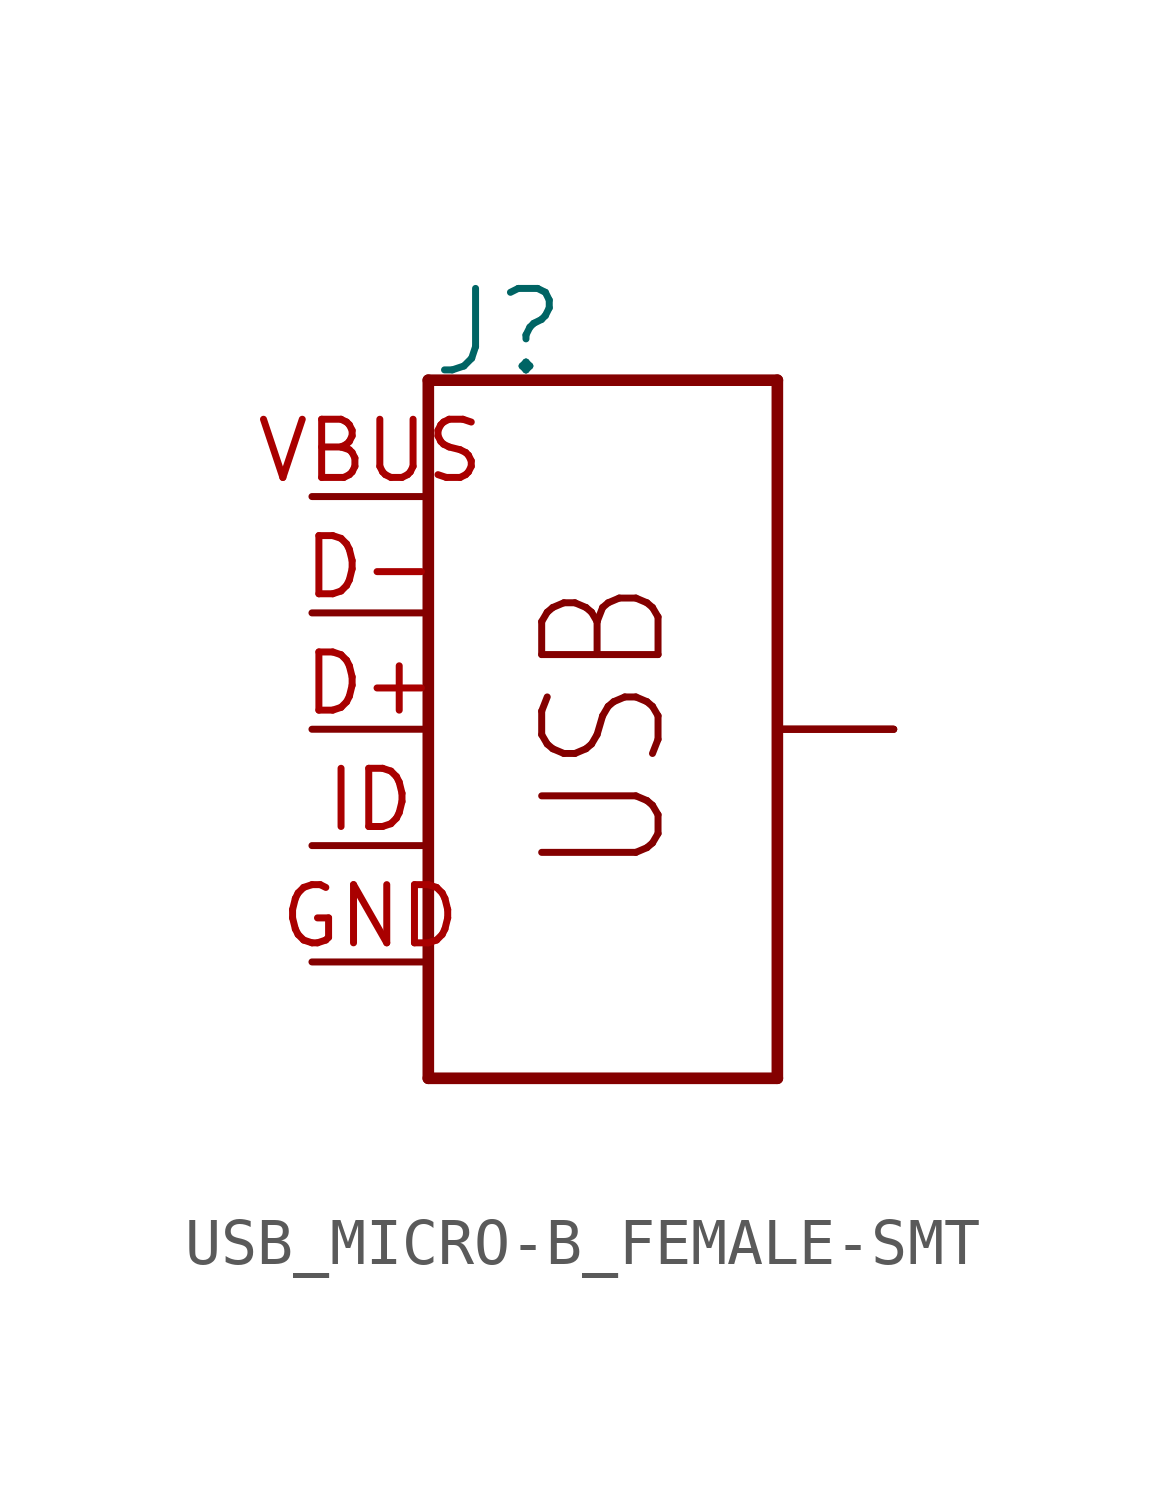
<source format=kicad_sym>
(kicad_symbol_lib
  (version 20231120)
  (generator "kicad_symbol_editor")
  (generator_version "8.0")
  (symbol "USB_MICRO-B_FEMALE-SMT"
    (property "Reference" "J"
      (at -2.54 7.62 0)
      (effects (font (size 1.778 1.778)) (justify left bottom)))
    (property "Value" ""
      (at -2.54 -7.874 0)
      (effects (font (size 1.778 1.778)) (justify left top)))
    (property "ki_locked" ""
      (at 0 0 0)
      (effects (font (size 1.27 1.27))))
    (symbol "USB_MICRO-B_FEMALE-SMT_1_0"
      (polyline (pts (xy -2.54 -7.62) (xy 5.08 -7.62)) (stroke (width 0.254) (type solid)) (fill (type none)))
      (polyline (pts (xy -2.54 7.62) (xy -2.54 -7.62)) (stroke (width 0.254) (type solid)) (fill (type none)))
      (polyline (pts (xy 5.08 7.62) (xy -2.54 7.62)) (stroke (width 0.254) (type solid)) (fill (type none)))
      (polyline (pts (xy 5.08 7.62) (xy 5.08 -7.62)) (stroke (width 0.254) (type solid)) (fill (type none)))
      (text "USB" (at 2.794 -3.302 900) (effects (font (size 2.54 2.159)) (justify left bottom)))
      (pin bidirectional line (at -5.08 0 0) (length 2.54) (name "D+" (effects (font (size 0 0)))) (number "D+" (effects (font (size 1.27 1.27)))))
      (pin bidirectional line (at -5.08 2.54 0) (length 2.54) (name "D-" (effects (font (size 0 0)))) (number "D-" (effects (font (size 1.27 1.27)))))
      (pin power_in line (at -5.08 -5.08 0) (length 2.54) (name "GND" (effects (font (size 0 0)))) (number "GND" (effects (font (size 1.27 1.27)))))
      (pin bidirectional line (at -5.08 -2.54 0) (length 2.54) (name "ID" (effects (font (size 0 0)))) (number "ID" (effects (font (size 1.27 1.27)))))
      (pin bidirectional line (at 7.62 0 180) (length 2.54) (name "SHIELD" (effects (font (size 0 0)))) (number "SHIELD1" (effects (font (size 0 0)))))
      (pin bidirectional line (at 7.62 0 180) (length 2.54) (name "SHIELD" (effects (font (size 0 0)))) (number "SHIELD2" (effects (font (size 0 0)))))
      (pin bidirectional line (at 7.62 0 180) (length 2.54) (name "SHIELD" (effects (font (size 0 0)))) (number "SHIELD3" (effects (font (size 0 0)))))
      (pin power_in line (at -5.08 5.08 0) (length 2.54) (name "VBUS" (effects (font (size 0 0)))) (number "VBUS" (effects (font (size 1.27 1.27))))))))
</source>
